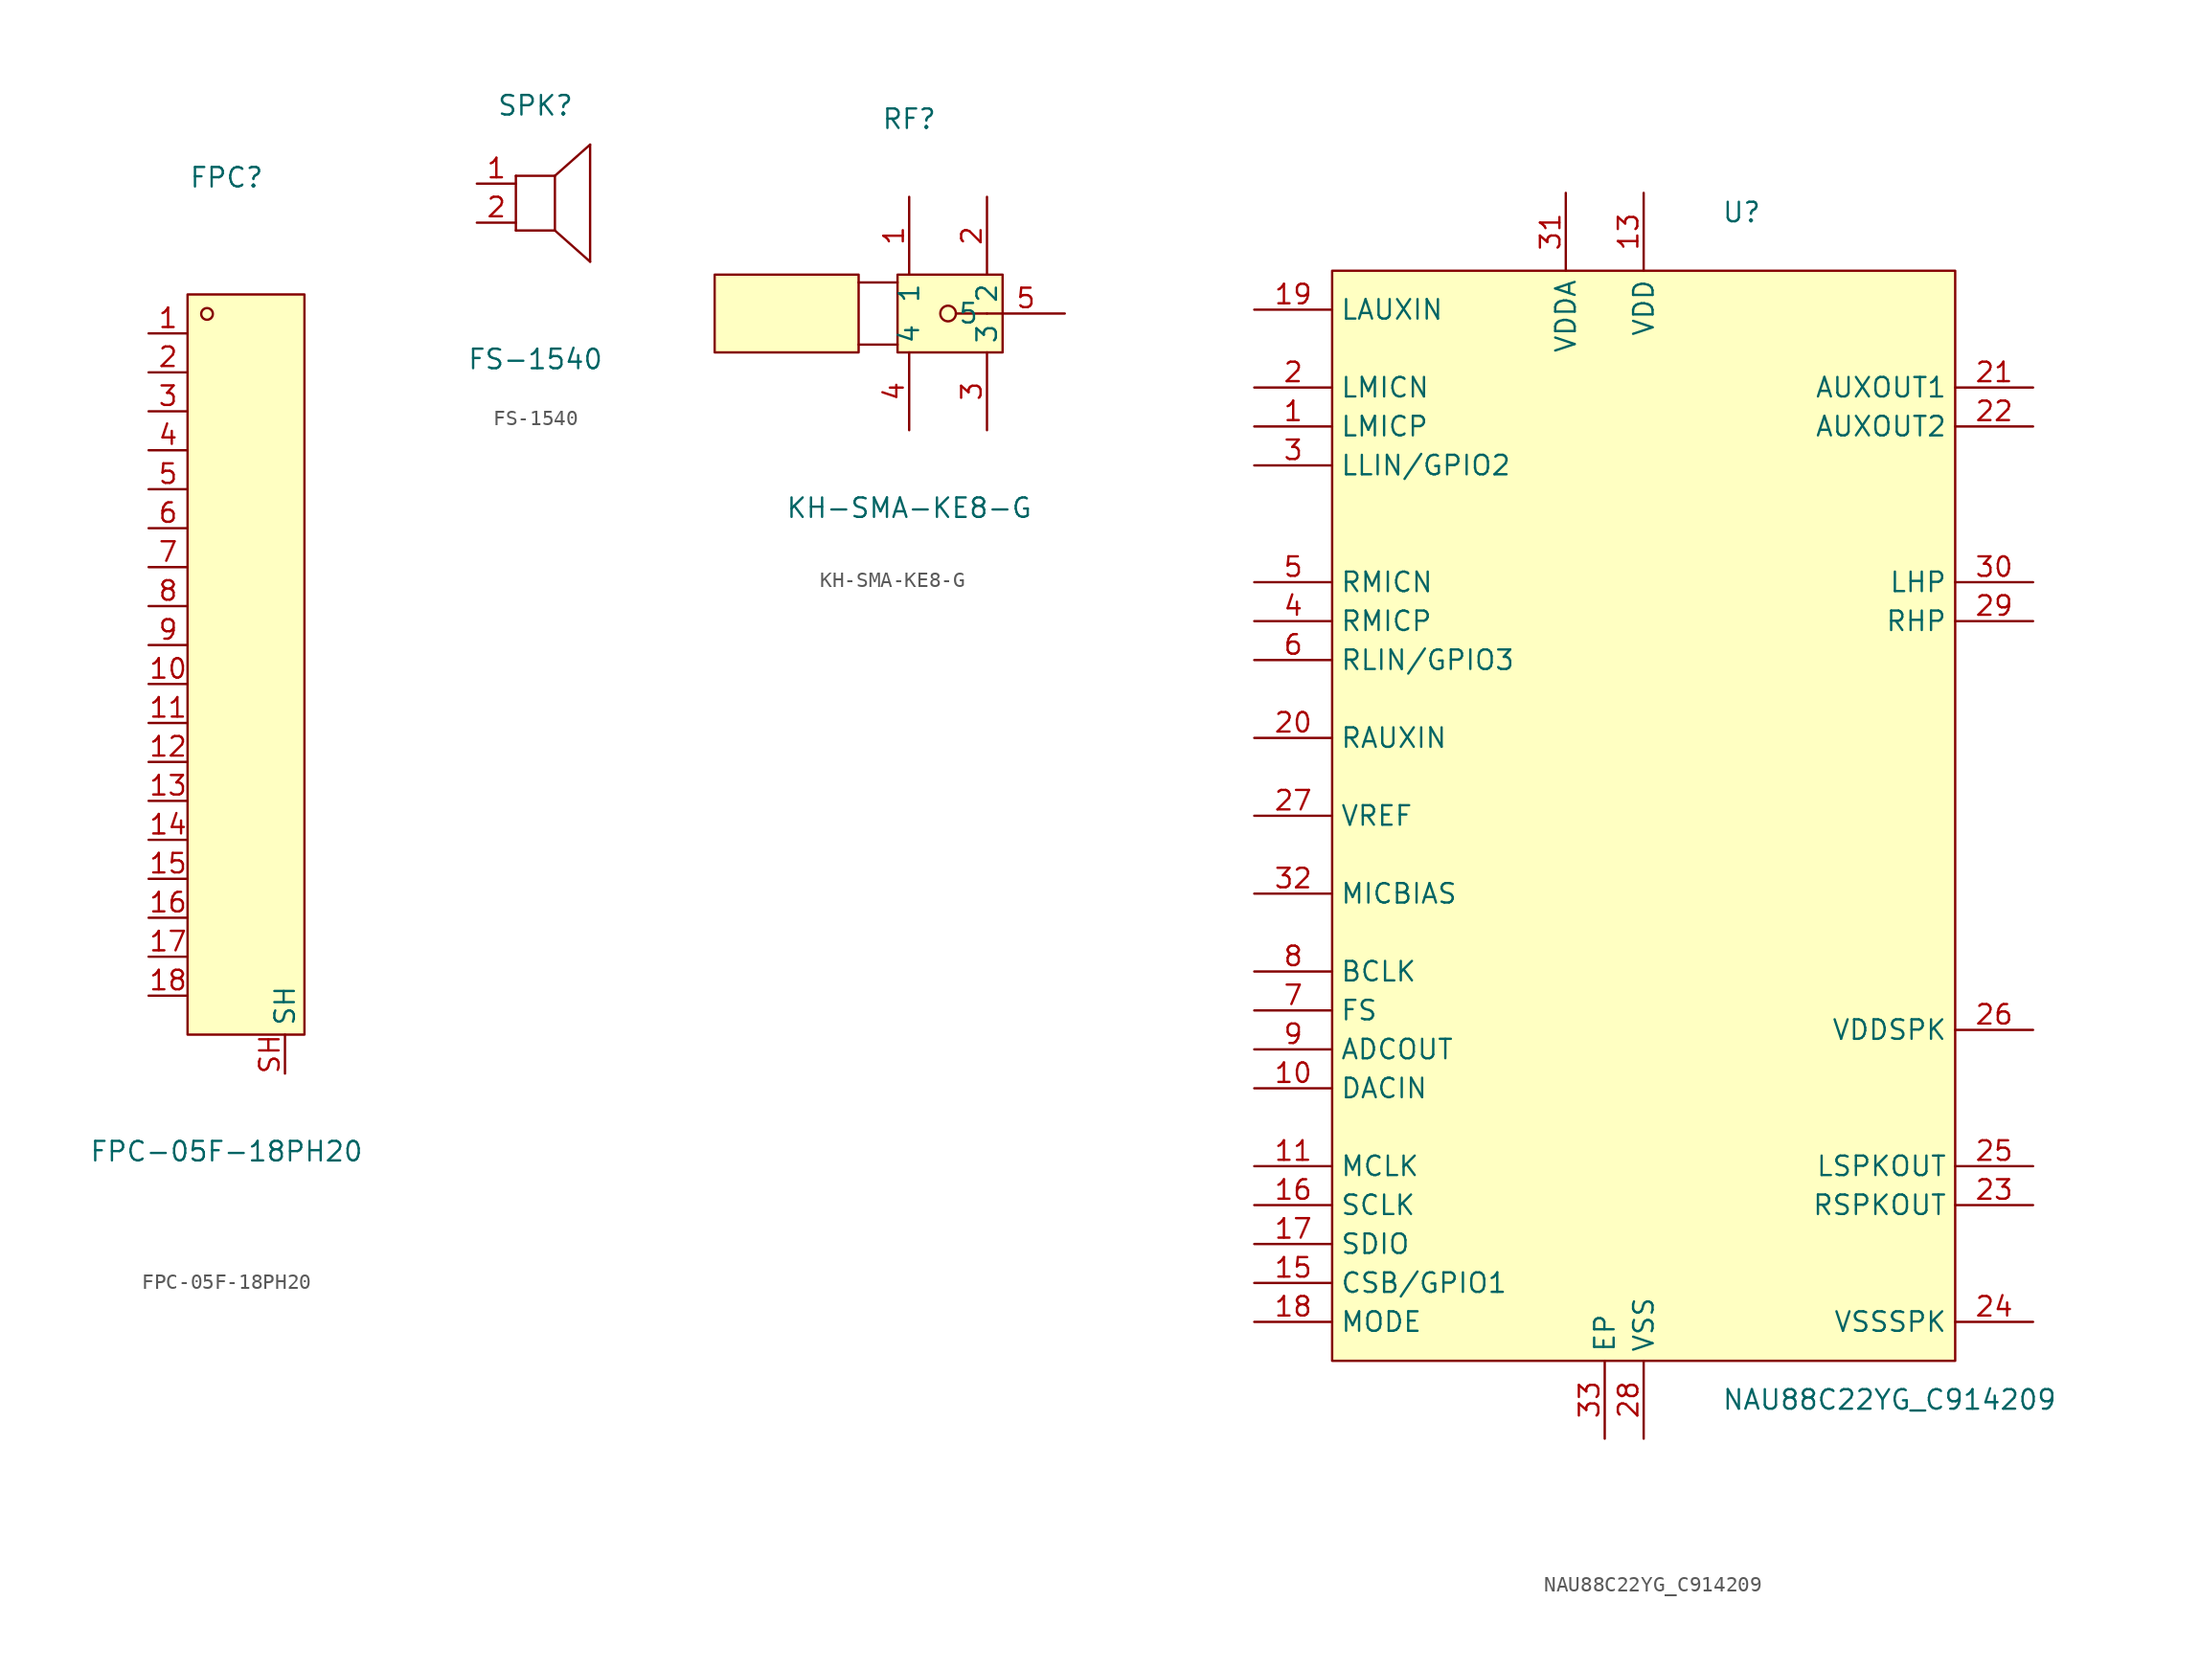
<source format=kicad_sym>
(kicad_symbol_lib
  (version 20241209)
  (generator "kicad_symbol_editor")
  (generator_version "9.0")
  (symbol "FPC-05F-18PH20"
    (property "Reference" "FPC"
      (at 0 31.75 0)
      (effects (font (size 1.27 1.27))))
    (property "Value" "FPC-05F-18PH20"
      (at 0 -31.75 0)
      (effects (font (size 1.27 1.27))))
    (symbol "FPC-05F-18PH20_0_1"
      (rectangle (start -2.54 24.13) (end 5.08 -24.13) (stroke (width 0) (type default)) (fill (type background)))
      (circle (center -1.27 22.86) (radius 0.38) (stroke (width 0) (type default)) (fill (type none))))
    (symbol "FPC-05F-18PH20_1_1"
      (pin passive line (at -5.08 21.59 0) (length 2.54) (name "" (effects (font (size 1.27 1.27)))) (number "1" (effects (font (size 1.27 1.27)))))
      (pin passive line (at -5.08 19.05 0) (length 2.54) (name "" (effects (font (size 1.27 1.27)))) (number "2" (effects (font (size 1.27 1.27)))))
      (pin passive line (at -5.08 16.51 0) (length 2.54) (name "" (effects (font (size 1.27 1.27)))) (number "3" (effects (font (size 1.27 1.27)))))
      (pin passive line (at -5.08 13.97 0) (length 2.54) (name "" (effects (font (size 1.27 1.27)))) (number "4" (effects (font (size 1.27 1.27)))))
      (pin passive line (at -5.08 11.43 0) (length 2.54) (name "" (effects (font (size 1.27 1.27)))) (number "5" (effects (font (size 1.27 1.27)))))
      (pin passive line (at -5.08 8.89 0) (length 2.54) (name "" (effects (font (size 1.27 1.27)))) (number "6" (effects (font (size 1.27 1.27)))))
      (pin passive line (at -5.08 6.35 0) (length 2.54) (name "" (effects (font (size 1.27 1.27)))) (number "7" (effects (font (size 1.27 1.27)))))
      (pin passive line (at -5.08 3.81 0) (length 2.54) (name "" (effects (font (size 1.27 1.27)))) (number "8" (effects (font (size 1.27 1.27)))))
      (pin passive line (at -5.08 1.27 0) (length 2.54) (name "" (effects (font (size 1.27 1.27)))) (number "9" (effects (font (size 1.27 1.27)))))
      (pin passive line (at -5.08 -1.27 0) (length 2.54) (name "" (effects (font (size 1.27 1.27)))) (number "10" (effects (font (size 1.27 1.27)))))
      (pin passive line (at -5.08 -3.81 0) (length 2.54) (name "" (effects (font (size 1.27 1.27)))) (number "11" (effects (font (size 1.27 1.27)))))
      (pin passive line (at -5.08 -6.35 0) (length 2.54) (name "" (effects (font (size 1.27 1.27)))) (number "12" (effects (font (size 1.27 1.27)))))
      (pin passive line (at -5.08 -8.89 0) (length 2.54) (name "" (effects (font (size 1.27 1.27)))) (number "13" (effects (font (size 1.27 1.27)))))
      (pin passive line (at -5.08 -11.43 0) (length 2.54) (name "" (effects (font (size 1.27 1.27)))) (number "14" (effects (font (size 1.27 1.27)))))
      (pin passive line (at -5.08 -13.97 0) (length 2.54) (name "" (effects (font (size 1.27 1.27)))) (number "15" (effects (font (size 1.27 1.27)))))
      (pin passive line (at -5.08 -16.51 0) (length 2.54) (name "" (effects (font (size 1.27 1.27)))) (number "16" (effects (font (size 1.27 1.27)))))
      (pin passive line (at -5.08 -19.05 0) (length 2.54) (name "" (effects (font (size 1.27 1.27)))) (number "17" (effects (font (size 1.27 1.27)))))
      (pin passive line (at -5.08 -21.59 0) (length 2.54) (name "" (effects (font (size 1.27 1.27)))) (number "18" (effects (font (size 1.27 1.27)))))
      (pin passive line (at 3.81 -26.67 90) (length 2.54) (name "SH" (effects (font (size 1.27 1.27)))) (number "SH" (effects (font (size 1.27 1.27)))))))
  (symbol "FS-1540"
    (pin_names
      (hide yes))
    (property "Reference" "SPK"
      (at 0 6.35 0)
      (effects (font (size 1.27 1.27))))
    (property "Value" "FS-1540"
      (at 0 -10.16 0)
      (effects (font (size 1.27 1.27))))
    (symbol "FS-1540_0_1"
      (polyline (pts (xy -1.27 1.78) (xy -1.27 -1.78)) (stroke (width 0) (type default)) (fill (type none)))
      (polyline (pts (xy -1.27 1.78) (xy 1.27 1.78)) (stroke (width 0) (type default)) (fill (type none)))
      (polyline (pts (xy -1.27 -1.78) (xy 1.27 -1.78)) (stroke (width 0) (type default)) (fill (type none)))
      (polyline (pts (xy 1.27 1.78) (xy 1.27 -1.78)) (stroke (width 0) (type default)) (fill (type none)))
      (polyline (pts (xy 1.27 -1.78) (xy 3.56 -3.81)) (stroke (width 0) (type default)) (fill (type none)))
      (polyline (pts (xy 3.56 3.81) (xy 1.27 1.78)) (stroke (width 0) (type default)) (fill (type none)))
      (polyline (pts (xy 3.56 3.81) (xy 3.56 -3.81)) (stroke (width 0) (type default)) (fill (type none))))
    (symbol "FS-1540_1_1"
      (pin passive line (at -3.81 1.27 0) (length 2.54) (name "+" (effects (font (size 1.27 1.27)))) (number "1" (effects (font (size 1.27 1.27)))))
      (pin passive line (at -3.81 -1.27 0) (length 2.54) (name "2" (effects (font (size 1.27 1.27)))) (number "2" (effects (font (size 1.27 1.27)))))
      (pin no_connect line (at 0 -5.08 90) (length 3.302) (hide yes) (name "4" (effects (font (size 1.27 1.27)))) (number "4" (effects (font (size 1.27 1.27)))))
      (pin no_connect line (at 2.54 -5.08 90) (length 3.302) (hide yes) (name "3" (effects (font (size 1.27 1.27)))) (number "3" (effects (font (size 1.27 1.27)))))))
  (symbol "KH-SMA-KE8-G"
    (property "Reference" "RF"
      (at 0 12.7 0)
      (effects (font (size 1.27 1.27))))
    (property "Value" "KH-SMA-KE8-G"
      (at 0 -12.7 0)
      (effects (font (size 1.27 1.27))))
    (symbol "KH-SMA-KE8-G_0_1"
      (rectangle (start -12.7 2.54) (end -3.3 -2.54) (stroke (width 0) (type default)) (fill (type background)))
      (polyline (pts (xy -3.3 2.03) (xy -0.76 2.03)) (stroke (width 0) (type default)) (fill (type none)))
      (polyline (pts (xy -3.3 -2.03) (xy -0.76 -2.03)) (stroke (width 0) (type default)) (fill (type none)))
      (rectangle (start -0.76 2.54) (end 6.1 -2.54) (stroke (width 0) (type default)) (fill (type background)))
      (circle (center 2.54 0) (radius 0.51) (stroke (width 0) (type default)) (fill (type none)))
      (polyline (pts (xy 3.05 0) (xy 5.08 0)) (stroke (width 0) (type default)) (fill (type none)))
      (pin unspecified line (at 0 7.62 270) (length 5.08) (name "1" (effects (font (size 1.27 1.27)))) (number "1" (effects (font (size 1.27 1.27)))))
      (pin unspecified line (at 0 -7.62 90) (length 5.08) (name "4" (effects (font (size 1.27 1.27)))) (number "4" (effects (font (size 1.27 1.27)))))
      (pin unspecified line (at 5.08 7.62 270) (length 5.08) (name "2" (effects (font (size 1.27 1.27)))) (number "2" (effects (font (size 1.27 1.27)))))
      (pin unspecified line (at 5.08 -7.62 90) (length 5.08) (name "3" (effects (font (size 1.27 1.27)))) (number "3" (effects (font (size 1.27 1.27)))))
      (pin unspecified line (at 10.16 0 180) (length 5.08) (name "5" (effects (font (size 1.27 1.27)))) (number "5" (effects (font (size 1.27 1.27)))))))
  (symbol "NAU88C22YG_C914209"
    (property "Reference" "U"
      (at 5.08 29.21 0)
      (effects (font (size 1.27 1.27)) (justify left)))
    (property "Value" "NAU88C22YG_C914209"
      (at 5.08 -48.26 0)
      (effects (font (size 1.27 1.27)) (justify left)))
    (symbol "NAU88C22YG_C914209_1_1"
      (rectangle (start -20.32 25.4) (end 20.32 -45.72) (stroke (width 0) (type default)) (fill (type background)))
      (pin input line (at -25.4 22.86 0) (length 5.08) (name "LAUXIN" (effects (font (size 1.27 1.27)))) (number "19" (effects (font (size 1.27 1.27)))))
      (pin input line (at -25.4 17.78 0) (length 5.08) (name "LMICN" (effects (font (size 1.27 1.27)))) (number "2" (effects (font (size 1.27 1.27)))))
      (pin input line (at -25.4 15.24 0) (length 5.08) (name "LMICP" (effects (font (size 1.27 1.27)))) (number "1" (effects (font (size 1.27 1.27)))))
      (pin tri_state line (at -25.4 12.7 0) (length 5.08) (name "LLIN/GPIO2" (effects (font (size 1.27 1.27)))) (number "3" (effects (font (size 1.27 1.27)))))
      (pin input line (at -25.4 5.08 0) (length 5.08) (name "RMICN" (effects (font (size 1.27 1.27)))) (number "5" (effects (font (size 1.27 1.27)))))
      (pin input line (at -25.4 2.54 0) (length 5.08) (name "RMICP" (effects (font (size 1.27 1.27)))) (number "4" (effects (font (size 1.27 1.27)))))
      (pin tri_state line (at -25.4 0 0) (length 5.08) (name "RLIN/GPIO3" (effects (font (size 1.27 1.27)))) (number "6" (effects (font (size 1.27 1.27)))))
      (pin input line (at -25.4 -5.08 0) (length 5.08) (name "RAUXIN" (effects (font (size 1.27 1.27)))) (number "20" (effects (font (size 1.27 1.27)))))
      (pin passive line (at -25.4 -10.16 0) (length 5.08) (name "VREF" (effects (font (size 1.27 1.27)))) (number "27" (effects (font (size 1.27 1.27)))))
      (pin output line (at -25.4 -15.24 0) (length 5.08) (name "MICBIAS" (effects (font (size 1.27 1.27)))) (number "32" (effects (font (size 1.27 1.27)))))
      (pin input line (at -25.4 -20.32 0) (length 5.08) (name "BCLK" (effects (font (size 1.27 1.27)))) (number "8" (effects (font (size 1.27 1.27)))))
      (pin input line (at -25.4 -22.86 0) (length 5.08) (name "FS" (effects (font (size 1.27 1.27)))) (number "7" (effects (font (size 1.27 1.27)))))
      (pin output line (at -25.4 -25.4 0) (length 5.08) (name "ADCOUT" (effects (font (size 1.27 1.27)))) (number "9" (effects (font (size 1.27 1.27)))))
      (pin input line (at -25.4 -27.94 0) (length 5.08) (name "DACIN" (effects (font (size 1.27 1.27)))) (number "10" (effects (font (size 1.27 1.27)))))
      (pin input line (at -25.4 -33.02 0) (length 5.08) (name "MCLK" (effects (font (size 1.27 1.27)))) (number "11" (effects (font (size 1.27 1.27)))))
      (pin input line (at -25.4 -35.56 0) (length 5.08) (name "SCLK" (effects (font (size 1.27 1.27)))) (number "16" (effects (font (size 1.27 1.27)))))
      (pin tri_state line (at -25.4 -38.1 0) (length 5.08) (name "SDIO" (effects (font (size 1.27 1.27)))) (number "17" (effects (font (size 1.27 1.27)))))
      (pin tri_state line (at -25.4 -40.64 0) (length 5.08) (name "CSB/GPIO1" (effects (font (size 1.27 1.27)))) (number "15" (effects (font (size 1.27 1.27)))))
      (pin input line (at -25.4 -43.18 0) (length 5.08) (name "MODE" (effects (font (size 1.27 1.27)))) (number "18" (effects (font (size 1.27 1.27)))))
      (pin passive line (at -5.08 30.48 270) (length 5.08) (name "VDDA" (effects (font (size 1.27 1.27)))) (number "31" (effects (font (size 1.27 1.27)))))
      (pin passive line (at -2.54 -50.8 90) (length 5.08) (name "EP" (effects (font (size 1.27 1.27)))) (number "33" (effects (font (size 1.27 1.27)))))
      (pin power_out line (at 0 30.48 270) (length 5.08) (name "VDD" (effects (font (size 1.27 1.27)))) (number "13" (effects (font (size 1.27 1.27)))))
      (pin passive line (at 0 30.48 270) (length 5.08) (hide yes) (name "VDD" (effects (font (size 1.27 1.27)))) (number "14" (effects (font (size 1.27 1.27)))))
      (pin passive line (at 0 -50.8 90) (length 5.08) (hide yes) (name "VSS" (effects (font (size 1.27 1.27)))) (number "12" (effects (font (size 1.27 1.27)))))
      (pin power_in line (at 0 -50.8 90) (length 5.08) (name "VSS" (effects (font (size 1.27 1.27)))) (number "28" (effects (font (size 1.27 1.27)))))
      (pin output line (at 25.4 17.78 180) (length 5.08) (name "AUXOUT1" (effects (font (size 1.27 1.27)))) (number "21" (effects (font (size 1.27 1.27)))))
      (pin output line (at 25.4 15.24 180) (length 5.08) (name "AUXOUT2" (effects (font (size 1.27 1.27)))) (number "22" (effects (font (size 1.27 1.27)))))
      (pin output line (at 25.4 5.08 180) (length 5.08) (name "LHP" (effects (font (size 1.27 1.27)))) (number "30" (effects (font (size 1.27 1.27)))))
      (pin output line (at 25.4 2.54 180) (length 5.08) (name "RHP" (effects (font (size 1.27 1.27)))) (number "29" (effects (font (size 1.27 1.27)))))
      (pin power_in line (at 25.4 -24.13 180) (length 5.08) (name "VDDSPK" (effects (font (size 1.27 1.27)))) (number "26" (effects (font (size 1.27 1.27)))))
      (pin output line (at 25.4 -33.02 180) (length 5.08) (name "LSPKOUT" (effects (font (size 1.27 1.27)))) (number "25" (effects (font (size 1.27 1.27)))))
      (pin output line (at 25.4 -35.56 180) (length 5.08) (name "RSPKOUT" (effects (font (size 1.27 1.27)))) (number "23" (effects (font (size 1.27 1.27)))))
      (pin power_in line (at 25.4 -43.18 180) (length 5.08) (name "VSSSPK" (effects (font (size 1.27 1.27)))) (number "24" (effects (font (size 1.27 1.27))))))))
</source>
